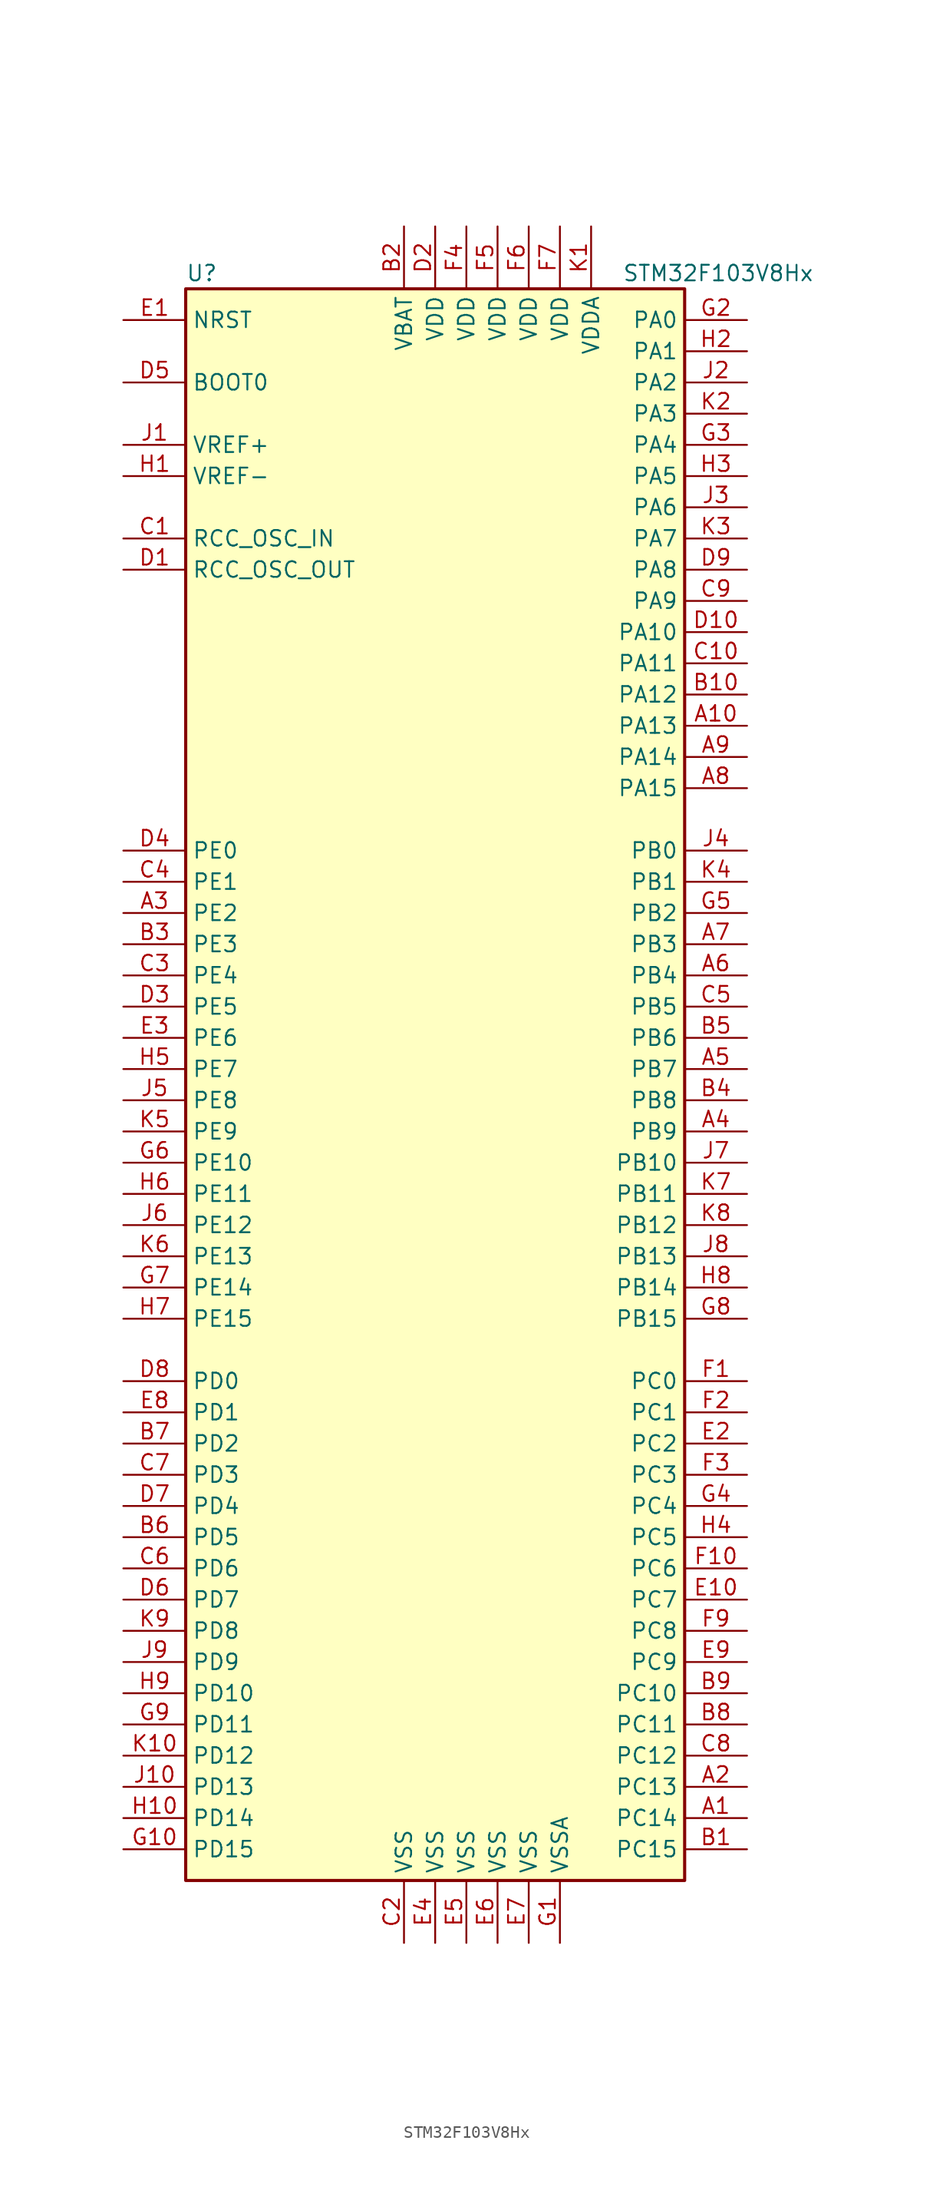
<source format=kicad_sym>
(kicad_symbol_lib
  (version 20211014)
  (generator kicad_symbol_editor)
  (symbol "STM32F103V8Hx"
    (property "Reference" "U"
      (at -20.32 64.77 0)
      (effects (font (size 1.27 1.27)) (justify left)))
    (property "Value" "STM32F103V8Hx"
      (at 15.24 64.77 0)
      (effects (font (size 1.27 1.27)) (justify left)))
    (symbol "STM32F103V8Hx_0_1"
      (rectangle (start -20.32 -66.04) (end 20.32 63.5) (stroke (width 0.254) (type default) (color 0 0 0 0)) (fill (type background))))
    (symbol "STM32F103V8Hx_1_1"
      (pin bidirectional line (at 25.4 -60.96 180) (length 5.08) (name "PC14" (effects (font (size 1.27 1.27)))) (number "A1" (effects (font (size 1.27 1.27)))))
      (pin bidirectional line (at 25.4 27.94 180) (length 5.08) (name "PA13" (effects (font (size 1.27 1.27)))) (number "A10" (effects (font (size 1.27 1.27)))))
      (pin bidirectional line (at 25.4 -58.42 180) (length 5.08) (name "PC13" (effects (font (size 1.27 1.27)))) (number "A2" (effects (font (size 1.27 1.27)))))
      (pin bidirectional line (at -25.4 12.7 0) (length 5.08) (name "PE2" (effects (font (size 1.27 1.27)))) (number "A3" (effects (font (size 1.27 1.27)))))
      (pin bidirectional line (at 25.4 -5.08 180) (length 5.08) (name "PB9" (effects (font (size 1.27 1.27)))) (number "A4" (effects (font (size 1.27 1.27)))))
      (pin bidirectional line (at 25.4 0 180) (length 5.08) (name "PB7" (effects (font (size 1.27 1.27)))) (number "A5" (effects (font (size 1.27 1.27)))))
      (pin bidirectional line (at 25.4 7.62 180) (length 5.08) (name "PB4" (effects (font (size 1.27 1.27)))) (number "A6" (effects (font (size 1.27 1.27)))))
      (pin bidirectional line (at 25.4 10.16 180) (length 5.08) (name "PB3" (effects (font (size 1.27 1.27)))) (number "A7" (effects (font (size 1.27 1.27)))))
      (pin bidirectional line (at 25.4 22.86 180) (length 5.08) (name "PA15" (effects (font (size 1.27 1.27)))) (number "A8" (effects (font (size 1.27 1.27)))))
      (pin bidirectional line (at 25.4 25.4 180) (length 5.08) (name "PA14" (effects (font (size 1.27 1.27)))) (number "A9" (effects (font (size 1.27 1.27)))))
      (pin bidirectional line (at 25.4 -63.5 180) (length 5.08) (name "PC15" (effects (font (size 1.27 1.27)))) (number "B1" (effects (font (size 1.27 1.27)))))
      (pin bidirectional line (at 25.4 30.48 180) (length 5.08) (name "PA12" (effects (font (size 1.27 1.27)))) (number "B10" (effects (font (size 1.27 1.27)))))
      (pin power_in line (at -2.54 68.58 270) (length 5.08) (name "VBAT" (effects (font (size 1.27 1.27)))) (number "B2" (effects (font (size 1.27 1.27)))))
      (pin bidirectional line (at -25.4 10.16 0) (length 5.08) (name "PE3" (effects (font (size 1.27 1.27)))) (number "B3" (effects (font (size 1.27 1.27)))))
      (pin bidirectional line (at 25.4 -2.54 180) (length 5.08) (name "PB8" (effects (font (size 1.27 1.27)))) (number "B4" (effects (font (size 1.27 1.27)))))
      (pin bidirectional line (at 25.4 2.54 180) (length 5.08) (name "PB6" (effects (font (size 1.27 1.27)))) (number "B5" (effects (font (size 1.27 1.27)))))
      (pin bidirectional line (at -25.4 -38.1 0) (length 5.08) (name "PD5" (effects (font (size 1.27 1.27)))) (number "B6" (effects (font (size 1.27 1.27)))))
      (pin bidirectional line (at -25.4 -30.48 0) (length 5.08) (name "PD2" (effects (font (size 1.27 1.27)))) (number "B7" (effects (font (size 1.27 1.27)))))
      (pin bidirectional line (at 25.4 -53.34 180) (length 5.08) (name "PC11" (effects (font (size 1.27 1.27)))) (number "B8" (effects (font (size 1.27 1.27)))))
      (pin bidirectional line (at 25.4 -50.8 180) (length 5.08) (name "PC10" (effects (font (size 1.27 1.27)))) (number "B9" (effects (font (size 1.27 1.27)))))
      (pin input line (at -25.4 43.18 0) (length 5.08) (name "RCC_OSC_IN" (effects (font (size 1.27 1.27)))) (number "C1" (effects (font (size 1.27 1.27)))))
      (pin bidirectional line (at 25.4 33.02 180) (length 5.08) (name "PA11" (effects (font (size 1.27 1.27)))) (number "C10" (effects (font (size 1.27 1.27)))))
      (pin power_in line (at -2.54 -71.12 90) (length 5.08) (name "VSS" (effects (font (size 1.27 1.27)))) (number "C2" (effects (font (size 1.27 1.27)))))
      (pin bidirectional line (at -25.4 7.62 0) (length 5.08) (name "PE4" (effects (font (size 1.27 1.27)))) (number "C3" (effects (font (size 1.27 1.27)))))
      (pin bidirectional line (at -25.4 15.24 0) (length 5.08) (name "PE1" (effects (font (size 1.27 1.27)))) (number "C4" (effects (font (size 1.27 1.27)))))
      (pin bidirectional line (at 25.4 5.08 180) (length 5.08) (name "PB5" (effects (font (size 1.27 1.27)))) (number "C5" (effects (font (size 1.27 1.27)))))
      (pin bidirectional line (at -25.4 -40.64 0) (length 5.08) (name "PD6" (effects (font (size 1.27 1.27)))) (number "C6" (effects (font (size 1.27 1.27)))))
      (pin bidirectional line (at -25.4 -33.02 0) (length 5.08) (name "PD3" (effects (font (size 1.27 1.27)))) (number "C7" (effects (font (size 1.27 1.27)))))
      (pin bidirectional line (at 25.4 -55.88 180) (length 5.08) (name "PC12" (effects (font (size 1.27 1.27)))) (number "C8" (effects (font (size 1.27 1.27)))))
      (pin bidirectional line (at 25.4 38.1 180) (length 5.08) (name "PA9" (effects (font (size 1.27 1.27)))) (number "C9" (effects (font (size 1.27 1.27)))))
      (pin input line (at -25.4 40.64 0) (length 5.08) (name "RCC_OSC_OUT" (effects (font (size 1.27 1.27)))) (number "D1" (effects (font (size 1.27 1.27)))))
      (pin bidirectional line (at 25.4 35.56 180) (length 5.08) (name "PA10" (effects (font (size 1.27 1.27)))) (number "D10" (effects (font (size 1.27 1.27)))))
      (pin power_in line (at 0 68.58 270) (length 5.08) (name "VDD" (effects (font (size 1.27 1.27)))) (number "D2" (effects (font (size 1.27 1.27)))))
      (pin bidirectional line (at -25.4 5.08 0) (length 5.08) (name "PE5" (effects (font (size 1.27 1.27)))) (number "D3" (effects (font (size 1.27 1.27)))))
      (pin bidirectional line (at -25.4 17.78 0) (length 5.08) (name "PE0" (effects (font (size 1.27 1.27)))) (number "D4" (effects (font (size 1.27 1.27)))))
      (pin input line (at -25.4 55.88 0) (length 5.08) (name "BOOT0" (effects (font (size 1.27 1.27)))) (number "D5" (effects (font (size 1.27 1.27)))))
      (pin bidirectional line (at -25.4 -43.18 0) (length 5.08) (name "PD7" (effects (font (size 1.27 1.27)))) (number "D6" (effects (font (size 1.27 1.27)))))
      (pin bidirectional line (at -25.4 -35.56 0) (length 5.08) (name "PD4" (effects (font (size 1.27 1.27)))) (number "D7" (effects (font (size 1.27 1.27)))))
      (pin bidirectional line (at -25.4 -25.4 0) (length 5.08) (name "PD0" (effects (font (size 1.27 1.27)))) (number "D8" (effects (font (size 1.27 1.27)))))
      (pin bidirectional line (at 25.4 40.64 180) (length 5.08) (name "PA8" (effects (font (size 1.27 1.27)))) (number "D9" (effects (font (size 1.27 1.27)))))
      (pin input line (at -25.4 60.96 0) (length 5.08) (name "NRST" (effects (font (size 1.27 1.27)))) (number "E1" (effects (font (size 1.27 1.27)))))
      (pin bidirectional line (at 25.4 -43.18 180) (length 5.08) (name "PC7" (effects (font (size 1.27 1.27)))) (number "E10" (effects (font (size 1.27 1.27)))))
      (pin bidirectional line (at 25.4 -30.48 180) (length 5.08) (name "PC2" (effects (font (size 1.27 1.27)))) (number "E2" (effects (font (size 1.27 1.27)))))
      (pin bidirectional line (at -25.4 2.54 0) (length 5.08) (name "PE6" (effects (font (size 1.27 1.27)))) (number "E3" (effects (font (size 1.27 1.27)))))
      (pin power_in line (at 0 -71.12 90) (length 5.08) (name "VSS" (effects (font (size 1.27 1.27)))) (number "E4" (effects (font (size 1.27 1.27)))))
      (pin power_in line (at 2.54 -71.12 90) (length 5.08) (name "VSS" (effects (font (size 1.27 1.27)))) (number "E5" (effects (font (size 1.27 1.27)))))
      (pin power_in line (at 5.08 -71.12 90) (length 5.08) (name "VSS" (effects (font (size 1.27 1.27)))) (number "E6" (effects (font (size 1.27 1.27)))))
      (pin power_in line (at 7.62 -71.12 90) (length 5.08) (name "VSS" (effects (font (size 1.27 1.27)))) (number "E7" (effects (font (size 1.27 1.27)))))
      (pin bidirectional line (at -25.4 -27.94 0) (length 5.08) (name "PD1" (effects (font (size 1.27 1.27)))) (number "E8" (effects (font (size 1.27 1.27)))))
      (pin bidirectional line (at 25.4 -48.26 180) (length 5.08) (name "PC9" (effects (font (size 1.27 1.27)))) (number "E9" (effects (font (size 1.27 1.27)))))
      (pin bidirectional line (at 25.4 -25.4 180) (length 5.08) (name "PC0" (effects (font (size 1.27 1.27)))) (number "F1" (effects (font (size 1.27 1.27)))))
      (pin bidirectional line (at 25.4 -40.64 180) (length 5.08) (name "PC6" (effects (font (size 1.27 1.27)))) (number "F10" (effects (font (size 1.27 1.27)))))
      (pin bidirectional line (at 25.4 -27.94 180) (length 5.08) (name "PC1" (effects (font (size 1.27 1.27)))) (number "F2" (effects (font (size 1.27 1.27)))))
      (pin bidirectional line (at 25.4 -33.02 180) (length 5.08) (name "PC3" (effects (font (size 1.27 1.27)))) (number "F3" (effects (font (size 1.27 1.27)))))
      (pin power_in line (at 2.54 68.58 270) (length 5.08) (name "VDD" (effects (font (size 1.27 1.27)))) (number "F4" (effects (font (size 1.27 1.27)))))
      (pin power_in line (at 5.08 68.58 270) (length 5.08) (name "VDD" (effects (font (size 1.27 1.27)))) (number "F5" (effects (font (size 1.27 1.27)))))
      (pin power_in line (at 7.62 68.58 270) (length 5.08) (name "VDD" (effects (font (size 1.27 1.27)))) (number "F6" (effects (font (size 1.27 1.27)))))
      (pin power_in line (at 10.16 68.58 270) (length 5.08) (name "VDD" (effects (font (size 1.27 1.27)))) (number "F7" (effects (font (size 1.27 1.27)))))
      (pin no_connect line (at -20.32 -63.5 0) (length 5.08) hide (name "NC" (effects (font (size 1.27 1.27)))) (number "F8" (effects (font (size 1.27 1.27)))))
      (pin bidirectional line (at 25.4 -45.72 180) (length 5.08) (name "PC8" (effects (font (size 1.27 1.27)))) (number "F9" (effects (font (size 1.27 1.27)))))
      (pin power_in line (at 10.16 -71.12 90) (length 5.08) (name "VSSA" (effects (font (size 1.27 1.27)))) (number "G1" (effects (font (size 1.27 1.27)))))
      (pin bidirectional line (at -25.4 -63.5 0) (length 5.08) (name "PD15" (effects (font (size 1.27 1.27)))) (number "G10" (effects (font (size 1.27 1.27)))))
      (pin bidirectional line (at 25.4 60.96 180) (length 5.08) (name "PA0" (effects (font (size 1.27 1.27)))) (number "G2" (effects (font (size 1.27 1.27)))))
      (pin bidirectional line (at 25.4 50.8 180) (length 5.08) (name "PA4" (effects (font (size 1.27 1.27)))) (number "G3" (effects (font (size 1.27 1.27)))))
      (pin bidirectional line (at 25.4 -35.56 180) (length 5.08) (name "PC4" (effects (font (size 1.27 1.27)))) (number "G4" (effects (font (size 1.27 1.27)))))
      (pin bidirectional line (at 25.4 12.7 180) (length 5.08) (name "PB2" (effects (font (size 1.27 1.27)))) (number "G5" (effects (font (size 1.27 1.27)))))
      (pin bidirectional line (at -25.4 -7.62 0) (length 5.08) (name "PE10" (effects (font (size 1.27 1.27)))) (number "G6" (effects (font (size 1.27 1.27)))))
      (pin bidirectional line (at -25.4 -17.78 0) (length 5.08) (name "PE14" (effects (font (size 1.27 1.27)))) (number "G7" (effects (font (size 1.27 1.27)))))
      (pin bidirectional line (at 25.4 -20.32 180) (length 5.08) (name "PB15" (effects (font (size 1.27 1.27)))) (number "G8" (effects (font (size 1.27 1.27)))))
      (pin bidirectional line (at -25.4 -53.34 0) (length 5.08) (name "PD11" (effects (font (size 1.27 1.27)))) (number "G9" (effects (font (size 1.27 1.27)))))
      (pin power_in line (at -25.4 48.26 0) (length 5.08) (name "VREF-" (effects (font (size 1.27 1.27)))) (number "H1" (effects (font (size 1.27 1.27)))))
      (pin bidirectional line (at -25.4 -60.96 0) (length 5.08) (name "PD14" (effects (font (size 1.27 1.27)))) (number "H10" (effects (font (size 1.27 1.27)))))
      (pin bidirectional line (at 25.4 58.42 180) (length 5.08) (name "PA1" (effects (font (size 1.27 1.27)))) (number "H2" (effects (font (size 1.27 1.27)))))
      (pin bidirectional line (at 25.4 48.26 180) (length 5.08) (name "PA5" (effects (font (size 1.27 1.27)))) (number "H3" (effects (font (size 1.27 1.27)))))
      (pin bidirectional line (at 25.4 -38.1 180) (length 5.08) (name "PC5" (effects (font (size 1.27 1.27)))) (number "H4" (effects (font (size 1.27 1.27)))))
      (pin bidirectional line (at -25.4 0 0) (length 5.08) (name "PE7" (effects (font (size 1.27 1.27)))) (number "H5" (effects (font (size 1.27 1.27)))))
      (pin bidirectional line (at -25.4 -10.16 0) (length 5.08) (name "PE11" (effects (font (size 1.27 1.27)))) (number "H6" (effects (font (size 1.27 1.27)))))
      (pin bidirectional line (at -25.4 -20.32 0) (length 5.08) (name "PE15" (effects (font (size 1.27 1.27)))) (number "H7" (effects (font (size 1.27 1.27)))))
      (pin bidirectional line (at 25.4 -17.78 180) (length 5.08) (name "PB14" (effects (font (size 1.27 1.27)))) (number "H8" (effects (font (size 1.27 1.27)))))
      (pin bidirectional line (at -25.4 -50.8 0) (length 5.08) (name "PD10" (effects (font (size 1.27 1.27)))) (number "H9" (effects (font (size 1.27 1.27)))))
      (pin power_in line (at -25.4 50.8 0) (length 5.08) (name "VREF+" (effects (font (size 1.27 1.27)))) (number "J1" (effects (font (size 1.27 1.27)))))
      (pin bidirectional line (at -25.4 -58.42 0) (length 5.08) (name "PD13" (effects (font (size 1.27 1.27)))) (number "J10" (effects (font (size 1.27 1.27)))))
      (pin bidirectional line (at 25.4 55.88 180) (length 5.08) (name "PA2" (effects (font (size 1.27 1.27)))) (number "J2" (effects (font (size 1.27 1.27)))))
      (pin bidirectional line (at 25.4 45.72 180) (length 5.08) (name "PA6" (effects (font (size 1.27 1.27)))) (number "J3" (effects (font (size 1.27 1.27)))))
      (pin bidirectional line (at 25.4 17.78 180) (length 5.08) (name "PB0" (effects (font (size 1.27 1.27)))) (number "J4" (effects (font (size 1.27 1.27)))))
      (pin bidirectional line (at -25.4 -2.54 0) (length 5.08) (name "PE8" (effects (font (size 1.27 1.27)))) (number "J5" (effects (font (size 1.27 1.27)))))
      (pin bidirectional line (at -25.4 -12.7 0) (length 5.08) (name "PE12" (effects (font (size 1.27 1.27)))) (number "J6" (effects (font (size 1.27 1.27)))))
      (pin bidirectional line (at 25.4 -7.62 180) (length 5.08) (name "PB10" (effects (font (size 1.27 1.27)))) (number "J7" (effects (font (size 1.27 1.27)))))
      (pin bidirectional line (at 25.4 -15.24 180) (length 5.08) (name "PB13" (effects (font (size 1.27 1.27)))) (number "J8" (effects (font (size 1.27 1.27)))))
      (pin bidirectional line (at -25.4 -48.26 0) (length 5.08) (name "PD9" (effects (font (size 1.27 1.27)))) (number "J9" (effects (font (size 1.27 1.27)))))
      (pin power_in line (at 12.7 68.58 270) (length 5.08) (name "VDDA" (effects (font (size 1.27 1.27)))) (number "K1" (effects (font (size 1.27 1.27)))))
      (pin bidirectional line (at -25.4 -55.88 0) (length 5.08) (name "PD12" (effects (font (size 1.27 1.27)))) (number "K10" (effects (font (size 1.27 1.27)))))
      (pin bidirectional line (at 25.4 53.34 180) (length 5.08) (name "PA3" (effects (font (size 1.27 1.27)))) (number "K2" (effects (font (size 1.27 1.27)))))
      (pin bidirectional line (at 25.4 43.18 180) (length 5.08) (name "PA7" (effects (font (size 1.27 1.27)))) (number "K3" (effects (font (size 1.27 1.27)))))
      (pin bidirectional line (at 25.4 15.24 180) (length 5.08) (name "PB1" (effects (font (size 1.27 1.27)))) (number "K4" (effects (font (size 1.27 1.27)))))
      (pin bidirectional line (at -25.4 -5.08 0) (length 5.08) (name "PE9" (effects (font (size 1.27 1.27)))) (number "K5" (effects (font (size 1.27 1.27)))))
      (pin bidirectional line (at -25.4 -15.24 0) (length 5.08) (name "PE13" (effects (font (size 1.27 1.27)))) (number "K6" (effects (font (size 1.27 1.27)))))
      (pin bidirectional line (at 25.4 -10.16 180) (length 5.08) (name "PB11" (effects (font (size 1.27 1.27)))) (number "K7" (effects (font (size 1.27 1.27)))))
      (pin bidirectional line (at 25.4 -12.7 180) (length 5.08) (name "PB12" (effects (font (size 1.27 1.27)))) (number "K8" (effects (font (size 1.27 1.27)))))
      (pin bidirectional line (at -25.4 -45.72 0) (length 5.08) (name "PD8" (effects (font (size 1.27 1.27)))) (number "K9" (effects (font (size 1.27 1.27))))))))
</source>
